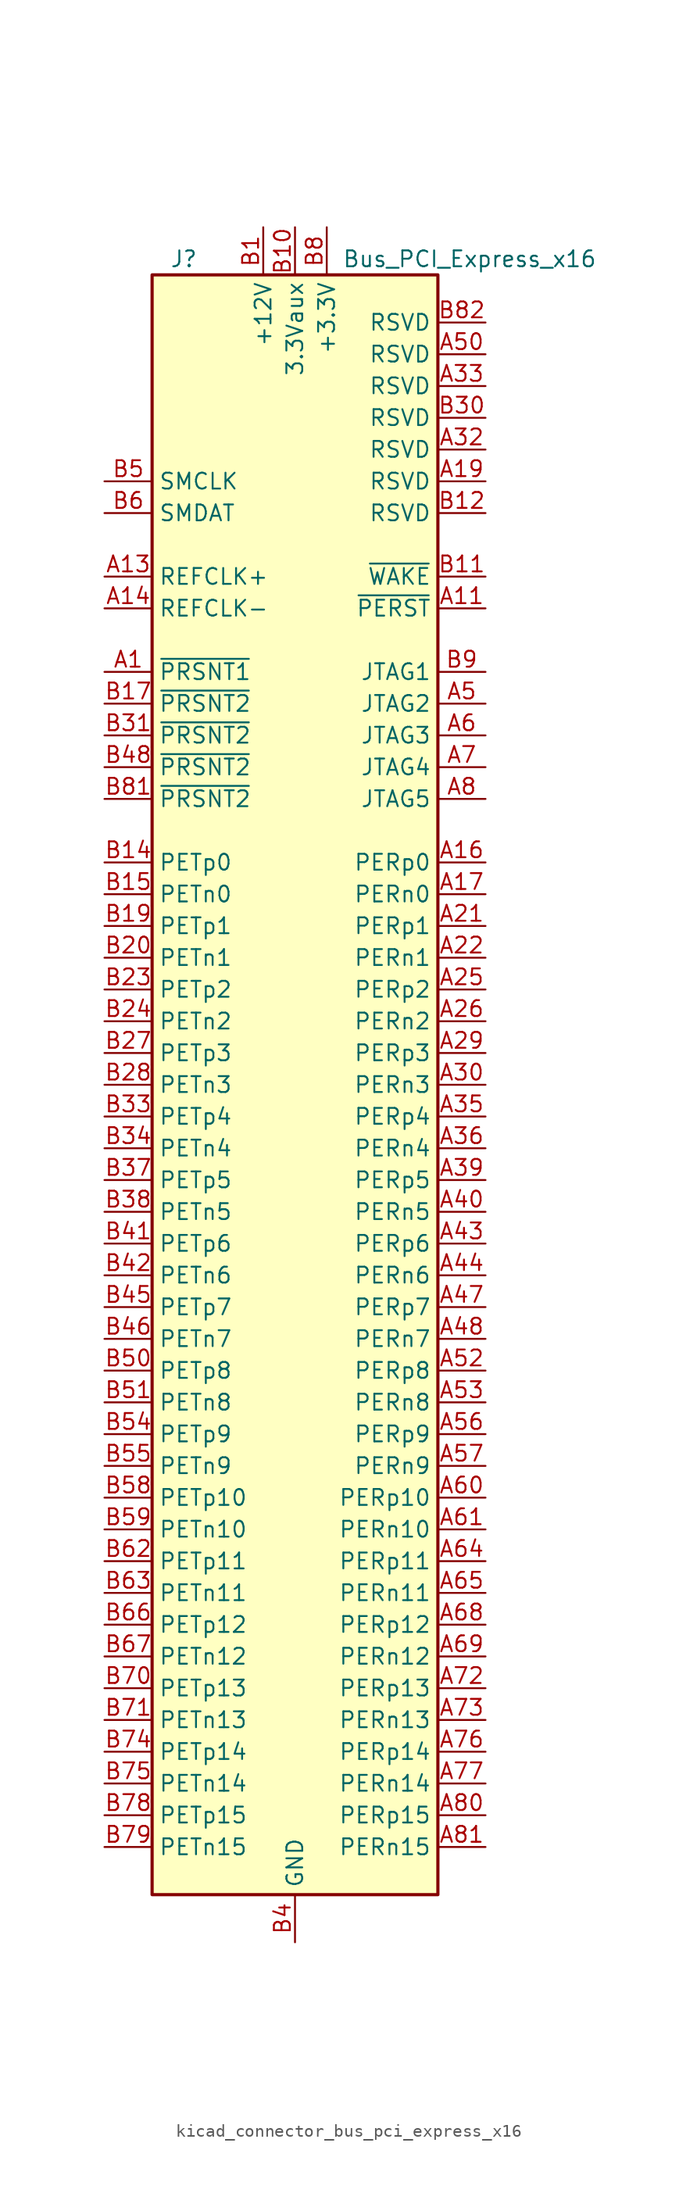
<source format=kicad_sym>
(kicad_symbol_lib
  (version 20220914)
  (generator kicad_symbol_editor)
  (symbol "kicad_connector_bus_pci_express_x16"
    (property "Reference" "J"
      (at -8.89 66.04 0)
      (effects (font (size 1.27 1.27))))
    (property "Value" "Bus_PCI_Express_x16"
      (at 13.97 66.04 0)
      (effects (font (size 1.27 1.27))))
    (symbol "kicad_connector_bus_pci_express_x16_0_1"
      (rectangle (start -11.43 64.77) (end 11.43 -64.77) (stroke (width 0.254) (type default)) (fill (type background))))
    (symbol "kicad_connector_bus_pci_express_x16_1_1"
      (pin passive line (at -15.24 33.02 0) (length 3.81) (name "~{PRSNT1}" (effects (font (size 1.27 1.27)))) (number "A1" (effects (font (size 1.27 1.27)))))
      (pin passive line (at 2.54 68.58 270) (length 3.81) hide (name "+3.3V" (effects (font (size 1.27 1.27)))) (number "A10" (effects (font (size 1.27 1.27)))))
      (pin input line (at 15.24 38.1 180) (length 3.81) (name "~{PERST}" (effects (font (size 1.27 1.27)))) (number "A11" (effects (font (size 1.27 1.27)))))
      (pin passive line (at 0 -68.58 90) (length 3.81) hide (name "GND" (effects (font (size 1.27 1.27)))) (number "A12" (effects (font (size 1.27 1.27)))))
      (pin input line (at -15.24 40.64 0) (length 3.81) (name "REFCLK+" (effects (font (size 1.27 1.27)))) (number "A13" (effects (font (size 1.27 1.27)))))
      (pin input line (at -15.24 38.1 0) (length 3.81) (name "REFCLK-" (effects (font (size 1.27 1.27)))) (number "A14" (effects (font (size 1.27 1.27)))))
      (pin passive line (at 0 -68.58 90) (length 3.81) hide (name "GND" (effects (font (size 1.27 1.27)))) (number "A15" (effects (font (size 1.27 1.27)))))
      (pin output line (at 15.24 17.78 180) (length 3.81) (name "PERp0" (effects (font (size 1.27 1.27)))) (number "A16" (effects (font (size 1.27 1.27)))))
      (pin output line (at 15.24 15.24 180) (length 3.81) (name "PERn0" (effects (font (size 1.27 1.27)))) (number "A17" (effects (font (size 1.27 1.27)))))
      (pin passive line (at 0 -68.58 90) (length 3.81) hide (name "GND" (effects (font (size 1.27 1.27)))) (number "A18" (effects (font (size 1.27 1.27)))))
      (pin passive line (at 15.24 48.26 180) (length 3.81) (name "RSVD" (effects (font (size 1.27 1.27)))) (number "A19" (effects (font (size 1.27 1.27)))))
      (pin passive line (at -2.54 68.58 270) (length 3.81) hide (name "+12V" (effects (font (size 1.27 1.27)))) (number "A2" (effects (font (size 1.27 1.27)))))
      (pin passive line (at 0 -68.58 90) (length 3.81) hide (name "GND" (effects (font (size 1.27 1.27)))) (number "A20" (effects (font (size 1.27 1.27)))))
      (pin output line (at 15.24 12.7 180) (length 3.81) (name "PERp1" (effects (font (size 1.27 1.27)))) (number "A21" (effects (font (size 1.27 1.27)))))
      (pin output line (at 15.24 10.16 180) (length 3.81) (name "PERn1" (effects (font (size 1.27 1.27)))) (number "A22" (effects (font (size 1.27 1.27)))))
      (pin passive line (at 0 -68.58 90) (length 3.81) hide (name "GND" (effects (font (size 1.27 1.27)))) (number "A23" (effects (font (size 1.27 1.27)))))
      (pin passive line (at 0 -68.58 90) (length 3.81) hide (name "GND" (effects (font (size 1.27 1.27)))) (number "A24" (effects (font (size 1.27 1.27)))))
      (pin output line (at 15.24 7.62 180) (length 3.81) (name "PERp2" (effects (font (size 1.27 1.27)))) (number "A25" (effects (font (size 1.27 1.27)))))
      (pin output line (at 15.24 5.08 180) (length 3.81) (name "PERn2" (effects (font (size 1.27 1.27)))) (number "A26" (effects (font (size 1.27 1.27)))))
      (pin passive line (at 0 -68.58 90) (length 3.81) hide (name "GND" (effects (font (size 1.27 1.27)))) (number "A27" (effects (font (size 1.27 1.27)))))
      (pin passive line (at 0 -68.58 90) (length 3.81) hide (name "GND" (effects (font (size 1.27 1.27)))) (number "A28" (effects (font (size 1.27 1.27)))))
      (pin output line (at 15.24 2.54 180) (length 3.81) (name "PERp3" (effects (font (size 1.27 1.27)))) (number "A29" (effects (font (size 1.27 1.27)))))
      (pin passive line (at -2.54 68.58 270) (length 3.81) hide (name "+12V" (effects (font (size 1.27 1.27)))) (number "A3" (effects (font (size 1.27 1.27)))))
      (pin output line (at 15.24 0 180) (length 3.81) (name "PERn3" (effects (font (size 1.27 1.27)))) (number "A30" (effects (font (size 1.27 1.27)))))
      (pin passive line (at 0 -68.58 90) (length 3.81) hide (name "GND" (effects (font (size 1.27 1.27)))) (number "A31" (effects (font (size 1.27 1.27)))))
      (pin passive line (at 15.24 50.8 180) (length 3.81) (name "RSVD" (effects (font (size 1.27 1.27)))) (number "A32" (effects (font (size 1.27 1.27)))))
      (pin passive line (at 15.24 55.88 180) (length 3.81) (name "RSVD" (effects (font (size 1.27 1.27)))) (number "A33" (effects (font (size 1.27 1.27)))))
      (pin passive line (at 0 -68.58 90) (length 3.81) hide (name "GND" (effects (font (size 1.27 1.27)))) (number "A34" (effects (font (size 1.27 1.27)))))
      (pin output line (at 15.24 -2.54 180) (length 3.81) (name "PERp4" (effects (font (size 1.27 1.27)))) (number "A35" (effects (font (size 1.27 1.27)))))
      (pin output line (at 15.24 -5.08 180) (length 3.81) (name "PERn4" (effects (font (size 1.27 1.27)))) (number "A36" (effects (font (size 1.27 1.27)))))
      (pin passive line (at 0 -68.58 90) (length 3.81) hide (name "GND" (effects (font (size 1.27 1.27)))) (number "A37" (effects (font (size 1.27 1.27)))))
      (pin passive line (at 0 -68.58 90) (length 3.81) hide (name "GND" (effects (font (size 1.27 1.27)))) (number "A38" (effects (font (size 1.27 1.27)))))
      (pin output line (at 15.24 -7.62 180) (length 3.81) (name "PERp5" (effects (font (size 1.27 1.27)))) (number "A39" (effects (font (size 1.27 1.27)))))
      (pin passive line (at 0 -68.58 90) (length 3.81) hide (name "GND" (effects (font (size 1.27 1.27)))) (number "A4" (effects (font (size 1.27 1.27)))))
      (pin output line (at 15.24 -10.16 180) (length 3.81) (name "PERn5" (effects (font (size 1.27 1.27)))) (number "A40" (effects (font (size 1.27 1.27)))))
      (pin passive line (at 0 -68.58 90) (length 3.81) hide (name "GND" (effects (font (size 1.27 1.27)))) (number "A41" (effects (font (size 1.27 1.27)))))
      (pin passive line (at 0 -68.58 90) (length 3.81) hide (name "GND" (effects (font (size 1.27 1.27)))) (number "A42" (effects (font (size 1.27 1.27)))))
      (pin output line (at 15.24 -12.7 180) (length 3.81) (name "PERp6" (effects (font (size 1.27 1.27)))) (number "A43" (effects (font (size 1.27 1.27)))))
      (pin output line (at 15.24 -15.24 180) (length 3.81) (name "PERn6" (effects (font (size 1.27 1.27)))) (number "A44" (effects (font (size 1.27 1.27)))))
      (pin passive line (at 0 -68.58 90) (length 3.81) hide (name "GND" (effects (font (size 1.27 1.27)))) (number "A45" (effects (font (size 1.27 1.27)))))
      (pin passive line (at 0 -68.58 90) (length 3.81) hide (name "GND" (effects (font (size 1.27 1.27)))) (number "A46" (effects (font (size 1.27 1.27)))))
      (pin output line (at 15.24 -17.78 180) (length 3.81) (name "PERp7" (effects (font (size 1.27 1.27)))) (number "A47" (effects (font (size 1.27 1.27)))))
      (pin output line (at 15.24 -20.32 180) (length 3.81) (name "PERn7" (effects (font (size 1.27 1.27)))) (number "A48" (effects (font (size 1.27 1.27)))))
      (pin passive line (at 0 -68.58 90) (length 3.81) hide (name "GND" (effects (font (size 1.27 1.27)))) (number "A49" (effects (font (size 1.27 1.27)))))
      (pin input line (at 15.24 30.48 180) (length 3.81) (name "JTAG2" (effects (font (size 1.27 1.27)))) (number "A5" (effects (font (size 1.27 1.27)))))
      (pin passive line (at 15.24 58.42 180) (length 3.81) (name "RSVD" (effects (font (size 1.27 1.27)))) (number "A50" (effects (font (size 1.27 1.27)))))
      (pin passive line (at 0 -68.58 90) (length 3.81) hide (name "GND" (effects (font (size 1.27 1.27)))) (number "A51" (effects (font (size 1.27 1.27)))))
      (pin output line (at 15.24 -22.86 180) (length 3.81) (name "PERp8" (effects (font (size 1.27 1.27)))) (number "A52" (effects (font (size 1.27 1.27)))))
      (pin output line (at 15.24 -25.4 180) (length 3.81) (name "PERn8" (effects (font (size 1.27 1.27)))) (number "A53" (effects (font (size 1.27 1.27)))))
      (pin passive line (at 0 -68.58 90) (length 3.81) hide (name "GND" (effects (font (size 1.27 1.27)))) (number "A54" (effects (font (size 1.27 1.27)))))
      (pin passive line (at 0 -68.58 90) (length 3.81) hide (name "GND" (effects (font (size 1.27 1.27)))) (number "A55" (effects (font (size 1.27 1.27)))))
      (pin output line (at 15.24 -27.94 180) (length 3.81) (name "PERp9" (effects (font (size 1.27 1.27)))) (number "A56" (effects (font (size 1.27 1.27)))))
      (pin output line (at 15.24 -30.48 180) (length 3.81) (name "PERn9" (effects (font (size 1.27 1.27)))) (number "A57" (effects (font (size 1.27 1.27)))))
      (pin passive line (at 0 -68.58 90) (length 3.81) hide (name "GND" (effects (font (size 1.27 1.27)))) (number "A58" (effects (font (size 1.27 1.27)))))
      (pin passive line (at 0 -68.58 90) (length 3.81) hide (name "GND" (effects (font (size 1.27 1.27)))) (number "A59" (effects (font (size 1.27 1.27)))))
      (pin input line (at 15.24 27.94 180) (length 3.81) (name "JTAG3" (effects (font (size 1.27 1.27)))) (number "A6" (effects (font (size 1.27 1.27)))))
      (pin output line (at 15.24 -33.02 180) (length 3.81) (name "PERp10" (effects (font (size 1.27 1.27)))) (number "A60" (effects (font (size 1.27 1.27)))))
      (pin output line (at 15.24 -35.56 180) (length 3.81) (name "PERn10" (effects (font (size 1.27 1.27)))) (number "A61" (effects (font (size 1.27 1.27)))))
      (pin passive line (at 0 -68.58 90) (length 3.81) hide (name "GND" (effects (font (size 1.27 1.27)))) (number "A62" (effects (font (size 1.27 1.27)))))
      (pin passive line (at 0 -68.58 90) (length 3.81) hide (name "GND" (effects (font (size 1.27 1.27)))) (number "A63" (effects (font (size 1.27 1.27)))))
      (pin output line (at 15.24 -38.1 180) (length 3.81) (name "PERp11" (effects (font (size 1.27 1.27)))) (number "A64" (effects (font (size 1.27 1.27)))))
      (pin output line (at 15.24 -40.64 180) (length 3.81) (name "PERn11" (effects (font (size 1.27 1.27)))) (number "A65" (effects (font (size 1.27 1.27)))))
      (pin passive line (at 0 -68.58 90) (length 3.81) hide (name "GND" (effects (font (size 1.27 1.27)))) (number "A66" (effects (font (size 1.27 1.27)))))
      (pin passive line (at 0 -68.58 90) (length 3.81) hide (name "GND" (effects (font (size 1.27 1.27)))) (number "A67" (effects (font (size 1.27 1.27)))))
      (pin output line (at 15.24 -43.18 180) (length 3.81) (name "PERp12" (effects (font (size 1.27 1.27)))) (number "A68" (effects (font (size 1.27 1.27)))))
      (pin output line (at 15.24 -45.72 180) (length 3.81) (name "PERn12" (effects (font (size 1.27 1.27)))) (number "A69" (effects (font (size 1.27 1.27)))))
      (pin output line (at 15.24 25.4 180) (length 3.81) (name "JTAG4" (effects (font (size 1.27 1.27)))) (number "A7" (effects (font (size 1.27 1.27)))))
      (pin passive line (at 0 -68.58 90) (length 3.81) hide (name "GND" (effects (font (size 1.27 1.27)))) (number "A70" (effects (font (size 1.27 1.27)))))
      (pin passive line (at 0 -68.58 90) (length 3.81) hide (name "GND" (effects (font (size 1.27 1.27)))) (number "A71" (effects (font (size 1.27 1.27)))))
      (pin output line (at 15.24 -48.26 180) (length 3.81) (name "PERp13" (effects (font (size 1.27 1.27)))) (number "A72" (effects (font (size 1.27 1.27)))))
      (pin output line (at 15.24 -50.8 180) (length 3.81) (name "PERn13" (effects (font (size 1.27 1.27)))) (number "A73" (effects (font (size 1.27 1.27)))))
      (pin passive line (at 0 -68.58 90) (length 3.81) hide (name "GND" (effects (font (size 1.27 1.27)))) (number "A74" (effects (font (size 1.27 1.27)))))
      (pin passive line (at 0 -68.58 90) (length 3.81) hide (name "GND" (effects (font (size 1.27 1.27)))) (number "A75" (effects (font (size 1.27 1.27)))))
      (pin output line (at 15.24 -53.34 180) (length 3.81) (name "PERp14" (effects (font (size 1.27 1.27)))) (number "A76" (effects (font (size 1.27 1.27)))))
      (pin output line (at 15.24 -55.88 180) (length 3.81) (name "PERn14" (effects (font (size 1.27 1.27)))) (number "A77" (effects (font (size 1.27 1.27)))))
      (pin passive line (at 0 -68.58 90) (length 3.81) hide (name "GND" (effects (font (size 1.27 1.27)))) (number "A78" (effects (font (size 1.27 1.27)))))
      (pin passive line (at 0 -68.58 90) (length 3.81) hide (name "GND" (effects (font (size 1.27 1.27)))) (number "A79" (effects (font (size 1.27 1.27)))))
      (pin input line (at 15.24 22.86 180) (length 3.81) (name "JTAG5" (effects (font (size 1.27 1.27)))) (number "A8" (effects (font (size 1.27 1.27)))))
      (pin output line (at 15.24 -58.42 180) (length 3.81) (name "PERp15" (effects (font (size 1.27 1.27)))) (number "A80" (effects (font (size 1.27 1.27)))))
      (pin output line (at 15.24 -60.96 180) (length 3.81) (name "PERn15" (effects (font (size 1.27 1.27)))) (number "A81" (effects (font (size 1.27 1.27)))))
      (pin passive line (at 0 -68.58 90) (length 3.81) hide (name "GND" (effects (font (size 1.27 1.27)))) (number "A82" (effects (font (size 1.27 1.27)))))
      (pin passive line (at 2.54 68.58 270) (length 3.81) hide (name "+3.3V" (effects (font (size 1.27 1.27)))) (number "A9" (effects (font (size 1.27 1.27)))))
      (pin power_in line (at -2.54 68.58 270) (length 3.81) (name "+12V" (effects (font (size 1.27 1.27)))) (number "B1" (effects (font (size 1.27 1.27)))))
      (pin power_in line (at 0 68.58 270) (length 3.81) (name "3.3Vaux" (effects (font (size 1.27 1.27)))) (number "B10" (effects (font (size 1.27 1.27)))))
      (pin open_collector line (at 15.24 40.64 180) (length 3.81) (name "~{WAKE}" (effects (font (size 1.27 1.27)))) (number "B11" (effects (font (size 1.27 1.27)))))
      (pin passive line (at 15.24 45.72 180) (length 3.81) (name "RSVD" (effects (font (size 1.27 1.27)))) (number "B12" (effects (font (size 1.27 1.27)))))
      (pin passive line (at 0 -68.58 90) (length 3.81) hide (name "GND" (effects (font (size 1.27 1.27)))) (number "B13" (effects (font (size 1.27 1.27)))))
      (pin input line (at -15.24 17.78 0) (length 3.81) (name "PETp0" (effects (font (size 1.27 1.27)))) (number "B14" (effects (font (size 1.27 1.27)))))
      (pin input line (at -15.24 15.24 0) (length 3.81) (name "PETn0" (effects (font (size 1.27 1.27)))) (number "B15" (effects (font (size 1.27 1.27)))))
      (pin passive line (at 0 -68.58 90) (length 3.81) hide (name "GND" (effects (font (size 1.27 1.27)))) (number "B16" (effects (font (size 1.27 1.27)))))
      (pin passive line (at -15.24 30.48 0) (length 3.81) (name "~{PRSNT2}" (effects (font (size 1.27 1.27)))) (number "B17" (effects (font (size 1.27 1.27)))))
      (pin passive line (at 0 -68.58 90) (length 3.81) hide (name "GND" (effects (font (size 1.27 1.27)))) (number "B18" (effects (font (size 1.27 1.27)))))
      (pin input line (at -15.24 12.7 0) (length 3.81) (name "PETp1" (effects (font (size 1.27 1.27)))) (number "B19" (effects (font (size 1.27 1.27)))))
      (pin passive line (at -2.54 68.58 270) (length 3.81) hide (name "+12V" (effects (font (size 1.27 1.27)))) (number "B2" (effects (font (size 1.27 1.27)))))
      (pin input line (at -15.24 10.16 0) (length 3.81) (name "PETn1" (effects (font (size 1.27 1.27)))) (number "B20" (effects (font (size 1.27 1.27)))))
      (pin passive line (at 0 -68.58 90) (length 3.81) hide (name "GND" (effects (font (size 1.27 1.27)))) (number "B21" (effects (font (size 1.27 1.27)))))
      (pin passive line (at 0 -68.58 90) (length 3.81) hide (name "GND" (effects (font (size 1.27 1.27)))) (number "B22" (effects (font (size 1.27 1.27)))))
      (pin input line (at -15.24 7.62 0) (length 3.81) (name "PETp2" (effects (font (size 1.27 1.27)))) (number "B23" (effects (font (size 1.27 1.27)))))
      (pin input line (at -15.24 5.08 0) (length 3.81) (name "PETn2" (effects (font (size 1.27 1.27)))) (number "B24" (effects (font (size 1.27 1.27)))))
      (pin passive line (at 0 -68.58 90) (length 3.81) hide (name "GND" (effects (font (size 1.27 1.27)))) (number "B25" (effects (font (size 1.27 1.27)))))
      (pin passive line (at 0 -68.58 90) (length 3.81) hide (name "GND" (effects (font (size 1.27 1.27)))) (number "B26" (effects (font (size 1.27 1.27)))))
      (pin input line (at -15.24 2.54 0) (length 3.81) (name "PETp3" (effects (font (size 1.27 1.27)))) (number "B27" (effects (font (size 1.27 1.27)))))
      (pin input line (at -15.24 0 0) (length 3.81) (name "PETn3" (effects (font (size 1.27 1.27)))) (number "B28" (effects (font (size 1.27 1.27)))))
      (pin passive line (at 0 -68.58 90) (length 3.81) hide (name "GND" (effects (font (size 1.27 1.27)))) (number "B29" (effects (font (size 1.27 1.27)))))
      (pin passive line (at -2.54 68.58 270) (length 3.81) hide (name "+12V" (effects (font (size 1.27 1.27)))) (number "B3" (effects (font (size 1.27 1.27)))))
      (pin passive line (at 15.24 53.34 180) (length 3.81) (name "RSVD" (effects (font (size 1.27 1.27)))) (number "B30" (effects (font (size 1.27 1.27)))))
      (pin passive line (at -15.24 27.94 0) (length 3.81) (name "~{PRSNT2}" (effects (font (size 1.27 1.27)))) (number "B31" (effects (font (size 1.27 1.27)))))
      (pin passive line (at 0 -68.58 90) (length 3.81) hide (name "GND" (effects (font (size 1.27 1.27)))) (number "B32" (effects (font (size 1.27 1.27)))))
      (pin input line (at -15.24 -2.54 0) (length 3.81) (name "PETp4" (effects (font (size 1.27 1.27)))) (number "B33" (effects (font (size 1.27 1.27)))))
      (pin input line (at -15.24 -5.08 0) (length 3.81) (name "PETn4" (effects (font (size 1.27 1.27)))) (number "B34" (effects (font (size 1.27 1.27)))))
      (pin passive line (at 0 -68.58 90) (length 3.81) hide (name "GND" (effects (font (size 1.27 1.27)))) (number "B35" (effects (font (size 1.27 1.27)))))
      (pin passive line (at 0 -68.58 90) (length 3.81) hide (name "GND" (effects (font (size 1.27 1.27)))) (number "B36" (effects (font (size 1.27 1.27)))))
      (pin input line (at -15.24 -7.62 0) (length 3.81) (name "PETp5" (effects (font (size 1.27 1.27)))) (number "B37" (effects (font (size 1.27 1.27)))))
      (pin input line (at -15.24 -10.16 0) (length 3.81) (name "PETn5" (effects (font (size 1.27 1.27)))) (number "B38" (effects (font (size 1.27 1.27)))))
      (pin passive line (at 0 -68.58 90) (length 3.81) hide (name "GND" (effects (font (size 1.27 1.27)))) (number "B39" (effects (font (size 1.27 1.27)))))
      (pin power_in line (at 0 -68.58 90) (length 3.81) (name "GND" (effects (font (size 1.27 1.27)))) (number "B4" (effects (font (size 1.27 1.27)))))
      (pin passive line (at 0 -68.58 90) (length 3.81) hide (name "GND" (effects (font (size 1.27 1.27)))) (number "B40" (effects (font (size 1.27 1.27)))))
      (pin input line (at -15.24 -12.7 0) (length 3.81) (name "PETp6" (effects (font (size 1.27 1.27)))) (number "B41" (effects (font (size 1.27 1.27)))))
      (pin input line (at -15.24 -15.24 0) (length 3.81) (name "PETn6" (effects (font (size 1.27 1.27)))) (number "B42" (effects (font (size 1.27 1.27)))))
      (pin passive line (at 0 -68.58 90) (length 3.81) hide (name "GND" (effects (font (size 1.27 1.27)))) (number "B43" (effects (font (size 1.27 1.27)))))
      (pin passive line (at 0 -68.58 90) (length 3.81) hide (name "GND" (effects (font (size 1.27 1.27)))) (number "B44" (effects (font (size 1.27 1.27)))))
      (pin input line (at -15.24 -17.78 0) (length 3.81) (name "PETp7" (effects (font (size 1.27 1.27)))) (number "B45" (effects (font (size 1.27 1.27)))))
      (pin input line (at -15.24 -20.32 0) (length 3.81) (name "PETn7" (effects (font (size 1.27 1.27)))) (number "B46" (effects (font (size 1.27 1.27)))))
      (pin passive line (at 0 -68.58 90) (length 3.81) hide (name "GND" (effects (font (size 1.27 1.27)))) (number "B47" (effects (font (size 1.27 1.27)))))
      (pin passive line (at -15.24 25.4 0) (length 3.81) (name "~{PRSNT2}" (effects (font (size 1.27 1.27)))) (number "B48" (effects (font (size 1.27 1.27)))))
      (pin passive line (at 0 -68.58 90) (length 3.81) hide (name "GND" (effects (font (size 1.27 1.27)))) (number "B49" (effects (font (size 1.27 1.27)))))
      (pin input line (at -15.24 48.26 0) (length 3.81) (name "SMCLK" (effects (font (size 1.27 1.27)))) (number "B5" (effects (font (size 1.27 1.27)))))
      (pin input line (at -15.24 -22.86 0) (length 3.81) (name "PETp8" (effects (font (size 1.27 1.27)))) (number "B50" (effects (font (size 1.27 1.27)))))
      (pin input line (at -15.24 -25.4 0) (length 3.81) (name "PETn8" (effects (font (size 1.27 1.27)))) (number "B51" (effects (font (size 1.27 1.27)))))
      (pin passive line (at 0 -68.58 90) (length 3.81) hide (name "GND" (effects (font (size 1.27 1.27)))) (number "B52" (effects (font (size 1.27 1.27)))))
      (pin passive line (at 0 -68.58 90) (length 3.81) hide (name "GND" (effects (font (size 1.27 1.27)))) (number "B53" (effects (font (size 1.27 1.27)))))
      (pin input line (at -15.24 -27.94 0) (length 3.81) (name "PETp9" (effects (font (size 1.27 1.27)))) (number "B54" (effects (font (size 1.27 1.27)))))
      (pin input line (at -15.24 -30.48 0) (length 3.81) (name "PETn9" (effects (font (size 1.27 1.27)))) (number "B55" (effects (font (size 1.27 1.27)))))
      (pin passive line (at 0 -68.58 90) (length 3.81) hide (name "GND" (effects (font (size 1.27 1.27)))) (number "B56" (effects (font (size 1.27 1.27)))))
      (pin passive line (at 0 -68.58 90) (length 3.81) hide (name "GND" (effects (font (size 1.27 1.27)))) (number "B57" (effects (font (size 1.27 1.27)))))
      (pin input line (at -15.24 -33.02 0) (length 3.81) (name "PETp10" (effects (font (size 1.27 1.27)))) (number "B58" (effects (font (size 1.27 1.27)))))
      (pin input line (at -15.24 -35.56 0) (length 3.81) (name "PETn10" (effects (font (size 1.27 1.27)))) (number "B59" (effects (font (size 1.27 1.27)))))
      (pin bidirectional line (at -15.24 45.72 0) (length 3.81) (name "SMDAT" (effects (font (size 1.27 1.27)))) (number "B6" (effects (font (size 1.27 1.27)))))
      (pin passive line (at 0 -68.58 90) (length 3.81) hide (name "GND" (effects (font (size 1.27 1.27)))) (number "B60" (effects (font (size 1.27 1.27)))))
      (pin passive line (at 0 -68.58 90) (length 3.81) hide (name "GND" (effects (font (size 1.27 1.27)))) (number "B61" (effects (font (size 1.27 1.27)))))
      (pin input line (at -15.24 -38.1 0) (length 3.81) (name "PETp11" (effects (font (size 1.27 1.27)))) (number "B62" (effects (font (size 1.27 1.27)))))
      (pin input line (at -15.24 -40.64 0) (length 3.81) (name "PETn11" (effects (font (size 1.27 1.27)))) (number "B63" (effects (font (size 1.27 1.27)))))
      (pin passive line (at 0 -68.58 90) (length 3.81) hide (name "GND" (effects (font (size 1.27 1.27)))) (number "B64" (effects (font (size 1.27 1.27)))))
      (pin passive line (at 0 -68.58 90) (length 3.81) hide (name "GND" (effects (font (size 1.27 1.27)))) (number "B65" (effects (font (size 1.27 1.27)))))
      (pin input line (at -15.24 -43.18 0) (length 3.81) (name "PETp12" (effects (font (size 1.27 1.27)))) (number "B66" (effects (font (size 1.27 1.27)))))
      (pin input line (at -15.24 -45.72 0) (length 3.81) (name "PETn12" (effects (font (size 1.27 1.27)))) (number "B67" (effects (font (size 1.27 1.27)))))
      (pin passive line (at 0 -68.58 90) (length 3.81) hide (name "GND" (effects (font (size 1.27 1.27)))) (number "B68" (effects (font (size 1.27 1.27)))))
      (pin passive line (at 0 -68.58 90) (length 3.81) hide (name "GND" (effects (font (size 1.27 1.27)))) (number "B69" (effects (font (size 1.27 1.27)))))
      (pin passive line (at 0 -68.58 90) (length 3.81) hide (name "GND" (effects (font (size 1.27 1.27)))) (number "B7" (effects (font (size 1.27 1.27)))))
      (pin input line (at -15.24 -48.26 0) (length 3.81) (name "PETp13" (effects (font (size 1.27 1.27)))) (number "B70" (effects (font (size 1.27 1.27)))))
      (pin input line (at -15.24 -50.8 0) (length 3.81) (name "PETn13" (effects (font (size 1.27 1.27)))) (number "B71" (effects (font (size 1.27 1.27)))))
      (pin passive line (at 0 -68.58 90) (length 3.81) hide (name "GND" (effects (font (size 1.27 1.27)))) (number "B72" (effects (font (size 1.27 1.27)))))
      (pin passive line (at 0 -68.58 90) (length 3.81) hide (name "GND" (effects (font (size 1.27 1.27)))) (number "B73" (effects (font (size 1.27 1.27)))))
      (pin input line (at -15.24 -53.34 0) (length 3.81) (name "PETp14" (effects (font (size 1.27 1.27)))) (number "B74" (effects (font (size 1.27 1.27)))))
      (pin input line (at -15.24 -55.88 0) (length 3.81) (name "PETn14" (effects (font (size 1.27 1.27)))) (number "B75" (effects (font (size 1.27 1.27)))))
      (pin passive line (at 0 -68.58 90) (length 3.81) hide (name "GND" (effects (font (size 1.27 1.27)))) (number "B76" (effects (font (size 1.27 1.27)))))
      (pin passive line (at 0 -68.58 90) (length 3.81) hide (name "GND" (effects (font (size 1.27 1.27)))) (number "B77" (effects (font (size 1.27 1.27)))))
      (pin input line (at -15.24 -58.42 0) (length 3.81) (name "PETp15" (effects (font (size 1.27 1.27)))) (number "B78" (effects (font (size 1.27 1.27)))))
      (pin input line (at -15.24 -60.96 0) (length 3.81) (name "PETn15" (effects (font (size 1.27 1.27)))) (number "B79" (effects (font (size 1.27 1.27)))))
      (pin power_in line (at 2.54 68.58 270) (length 3.81) (name "+3.3V" (effects (font (size 1.27 1.27)))) (number "B8" (effects (font (size 1.27 1.27)))))
      (pin passive line (at 0 -68.58 90) (length 3.81) hide (name "GND" (effects (font (size 1.27 1.27)))) (number "B80" (effects (font (size 1.27 1.27)))))
      (pin passive line (at -15.24 22.86 0) (length 3.81) (name "~{PRSNT2}" (effects (font (size 1.27 1.27)))) (number "B81" (effects (font (size 1.27 1.27)))))
      (pin passive line (at 15.24 60.96 180) (length 3.81) (name "RSVD" (effects (font (size 1.27 1.27)))) (number "B82" (effects (font (size 1.27 1.27)))))
      (pin input line (at 15.24 33.02 180) (length 3.81) (name "JTAG1" (effects (font (size 1.27 1.27)))) (number "B9" (effects (font (size 1.27 1.27))))))))
</source>
